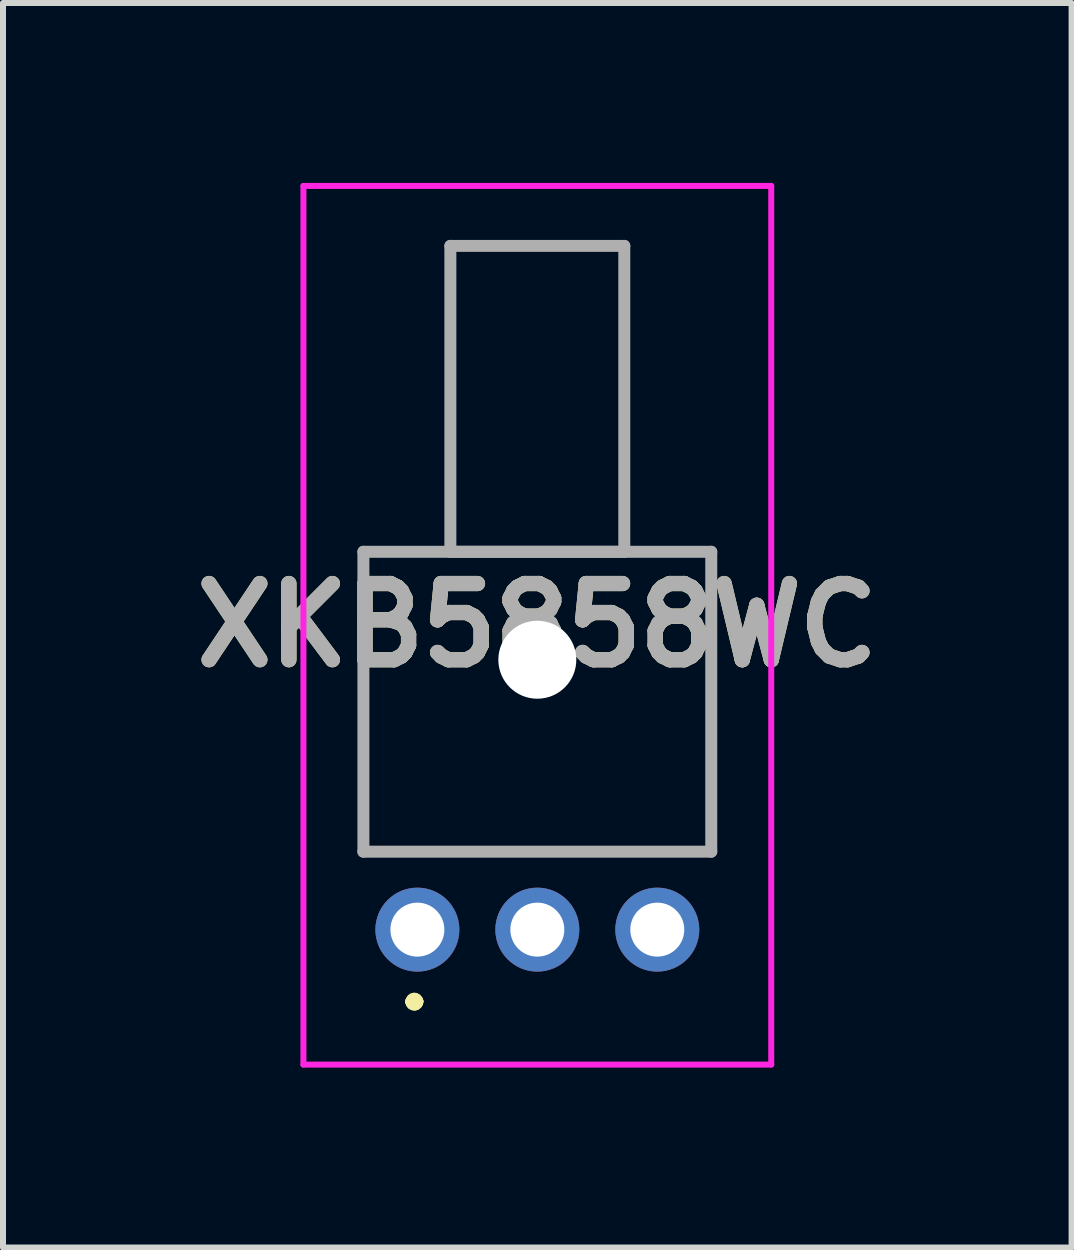
<source format=kicad_pcb>
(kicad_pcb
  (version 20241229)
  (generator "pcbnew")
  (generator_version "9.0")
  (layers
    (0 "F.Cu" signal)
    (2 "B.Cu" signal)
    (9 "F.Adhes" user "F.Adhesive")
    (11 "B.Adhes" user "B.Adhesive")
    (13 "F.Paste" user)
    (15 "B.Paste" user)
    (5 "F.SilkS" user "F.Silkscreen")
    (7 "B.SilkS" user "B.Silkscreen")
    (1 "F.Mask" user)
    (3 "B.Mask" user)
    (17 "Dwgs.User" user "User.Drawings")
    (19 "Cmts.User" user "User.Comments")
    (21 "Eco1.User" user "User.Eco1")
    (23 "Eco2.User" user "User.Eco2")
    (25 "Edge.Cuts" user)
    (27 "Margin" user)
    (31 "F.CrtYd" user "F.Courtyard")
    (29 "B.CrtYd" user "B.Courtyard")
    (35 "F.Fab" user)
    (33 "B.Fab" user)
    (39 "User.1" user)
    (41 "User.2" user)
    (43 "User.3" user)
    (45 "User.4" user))
  (footprint "XKB5858WC"
    (layer "F.Cu")
    (at 3.909 12.45)
    (property "Reference" "XKB5858WC" (at 2 -5.075 0) (layer "F.SilkS") (effects (font (size 1.27 1.27) (thickness 0.254))))
    (attr through_hole)
    (fp_line (start -0.9 -6.3) (end 4.9 -6.3) (stroke (width 0.1) (type solid)) (layer "F.SilkS"))
    (fp_line (start -0.9 -1.3) (end -0.9 -6.3) (stroke (width 0.1) (type solid)) (layer "F.SilkS"))
    (fp_line (start -0.1 1.2) (end -0.1 1.2) (stroke (width 0.2) (type solid)) (layer "F.SilkS"))
    (fp_line (start -0.1 1.2) (end -0.1 1.2) (stroke (width 0.2) (type solid)) (layer "F.SilkS"))
    (fp_line (start 0 1.2) (end 0 1.2) (stroke (width 0.2) (type solid)) (layer "F.SilkS"))
    (fp_line (start 4.9 -6.3) (end 4.9 -1.3) (stroke (width 0.1) (type solid)) (layer "F.SilkS"))
    (fp_line (start 4.9 -1.3) (end -0.9 -1.3) (stroke (width 0.1) (type solid)) (layer "F.SilkS"))
    (fp_arc (start -0.1 1.2) (mid -0.05 1.15) (end 0 1.2) (stroke (width 0.2) (type solid)) (layer "F.SilkS"))
    (fp_arc (start 0 1.2) (mid -0.05 1.25) (end -0.1 1.2) (stroke (width 0.2) (type solid)) (layer "F.SilkS"))
    (fp_arc (start 0 1.2) (mid -0.05 1.25) (end -0.1 1.2) (stroke (width 0.2) (type solid)) (layer "F.SilkS"))
    (fp_line (start -1.9 -12.4) (end 5.9 -12.4) (stroke (width 0.1) (type solid)) (layer "F.CrtYd"))
    (fp_line (start -1.9 2.25) (end -1.9 -12.4) (stroke (width 0.1) (type solid)) (layer "F.CrtYd"))
    (fp_line (start 5.9 -12.4) (end 5.9 2.25) (stroke (width 0.1) (type solid)) (layer "F.CrtYd"))
    (fp_line (start 5.9 2.25) (end -1.9 2.25) (stroke (width 0.1) (type solid)) (layer "F.CrtYd"))
    (fp_line (start -0.9 -6.3) (end -0.9 -1.3) (stroke (width 0.2) (type solid)) (layer "F.Fab"))
    (fp_line (start -0.9 -1.3) (end 4.9 -1.3) (stroke (width 0.2) (type solid)) (layer "F.Fab"))
    (fp_line (start 0.55 -11.4) (end 0.55 -6.3) (stroke (width 0.2) (type solid)) (layer "F.Fab"))
    (fp_line (start 0.55 -6.3) (end 3.45 -6.3) (stroke (width 0.2) (type solid)) (layer "F.Fab"))
    (fp_line (start 3.45 -11.4) (end 0.55 -11.4) (stroke (width 0.2) (type solid)) (layer "F.Fab"))
    (fp_line (start 3.45 -6.3) (end 3.45 -11.4) (stroke (width 0.2) (type solid)) (layer "F.Fab"))
    (fp_line (start 4.9 -6.3) (end -0.9 -6.3) (stroke (width 0.2) (type solid)) (layer "F.Fab"))
    (fp_line (start 4.9 -1.3) (end 4.9 -6.3) (stroke (width 0.2) (type solid)) (layer "F.Fab"))
    (fp_text user "${REFERENCE}" (at 2 -5.075 0) (layer "F.Fab") (effects (font (size 1.27 1.27) (thickness 0.254))))
    (pad "" np_thru_hole circle (at 2 -4.5) (size 1.3 1.3) (drill 1.3) (layers "*.Cu" "*.Mask"))
    (pad "1" thru_hole circle (at 0 0) (size 1.4 1.4) (drill 0.9) (layers "*.Cu" "*.Mask"))
    (pad "2" thru_hole circle (at 2 0) (size 1.4 1.4) (drill 0.9) (layers "*.Cu" "*.Mask"))
    (pad "3" thru_hole circle (at 4 0) (size 1.4 1.4) (drill 0.9) (layers "*.Cu" "*.Mask")))
  (gr_rect
    (start -3 -3)
    (end 14.817 17.75)
    (stroke (width 0.1) (type default))
    (fill no)
    (layer "Edge.Cuts")))
</source>
